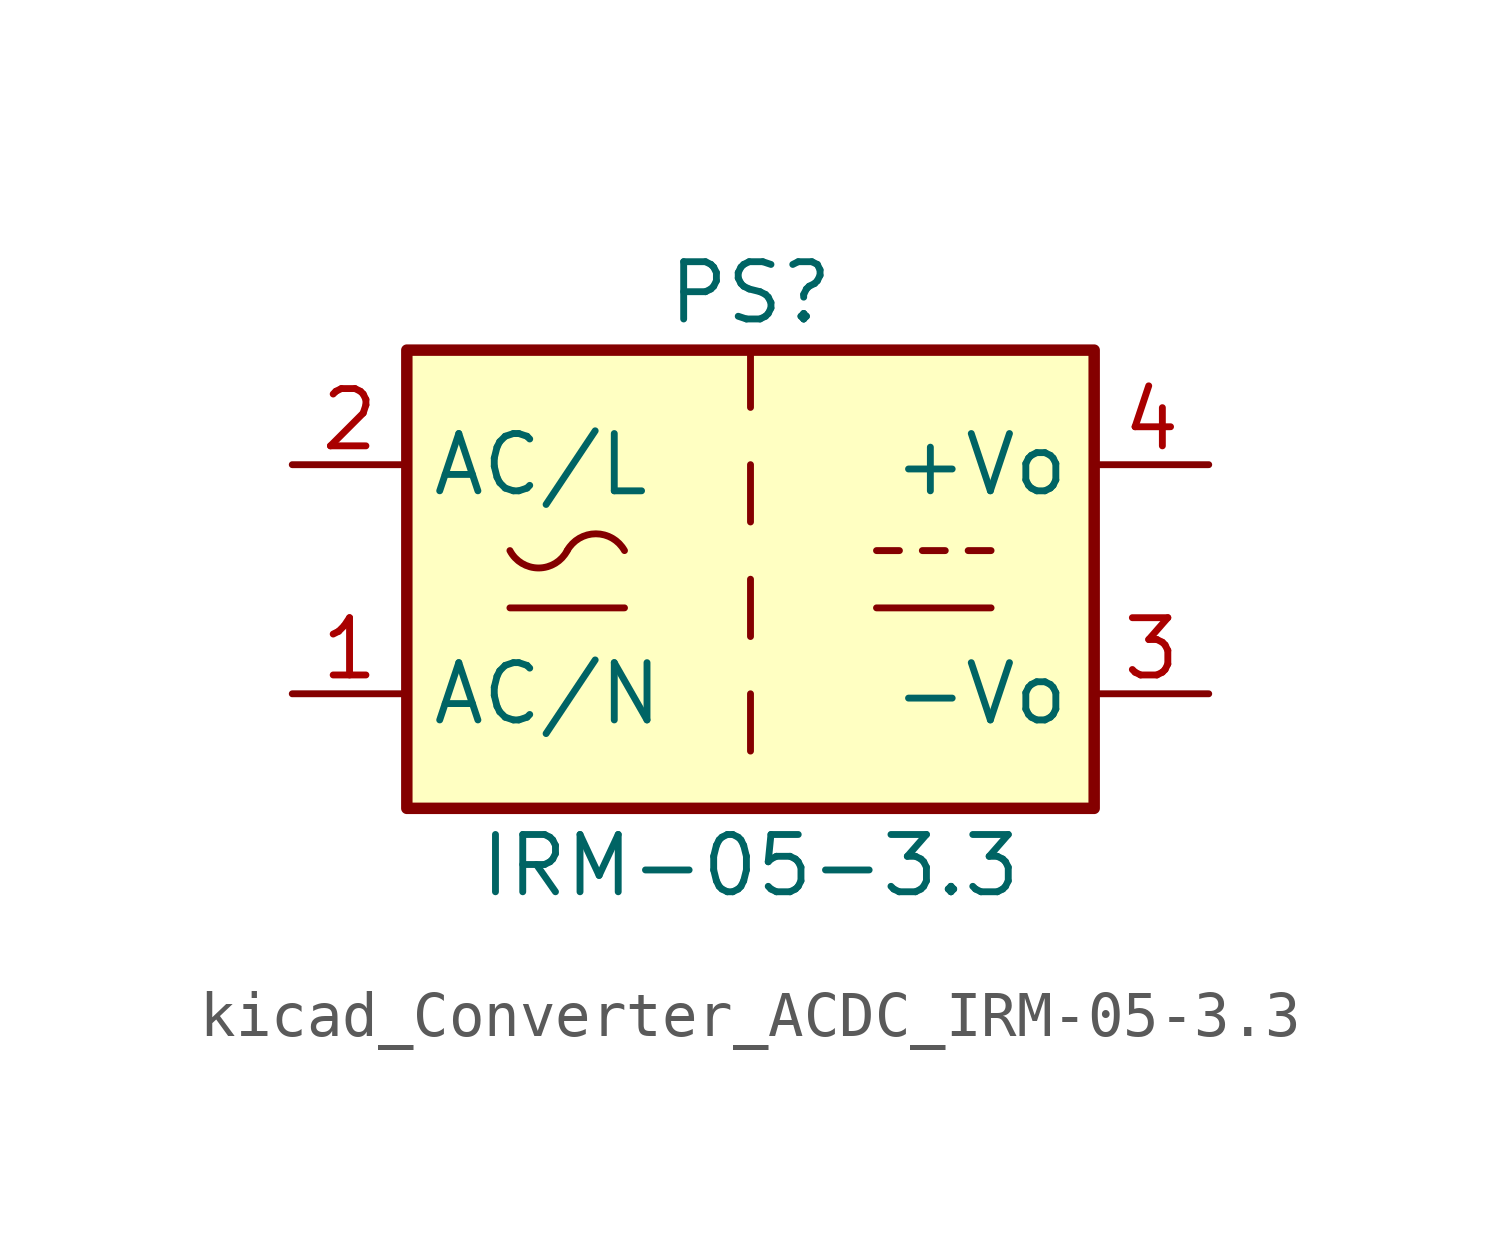
<source format=kicad_sym>
(kicad_symbol_lib
  (version 20220914)
  (generator kicad_symbol_editor)
  (symbol "kicad_Converter_ACDC_IRM-05-3.3"
    (property "Reference" "PS"
      (at 0 6.35 0)
      (effects (font (size 1.27 1.27))))
    (property "Value" "IRM-05-3.3"
      (at 0 -6.35 0)
      (effects (font (size 1.27 1.27))))
    (symbol "kicad_Converter_ACDC_IRM-05-3.3_0_1"
      (rectangle (start -7.62 5.08) (end 7.62 -5.08) (stroke (width 0.254) (type default)) (fill (type background)))
      (arc (start -5.334 0.635) (mid -4.699 0.2495) (end -4.064 0.635) (stroke (width 0) (type default)) (fill (type none)))
      (arc (start -2.794 0.635) (mid -3.429 1.0072) (end -4.064 0.635) (stroke (width 0) (type default)) (fill (type none)))
      (polyline (pts (xy -5.334 -0.635) (xy -2.794 -0.635)) (stroke (width 0) (type default)) (fill (type none)))
      (polyline (pts (xy 0 -2.54) (xy 0 -3.81)) (stroke (width 0) (type default)) (fill (type none)))
      (polyline (pts (xy 0 0) (xy 0 -1.27)) (stroke (width 0) (type default)) (fill (type none)))
      (polyline (pts (xy 0 2.54) (xy 0 1.27)) (stroke (width 0) (type default)) (fill (type none)))
      (polyline (pts (xy 0 5.08) (xy 0 3.81)) (stroke (width 0) (type default)) (fill (type none)))
      (polyline (pts (xy 2.794 -0.635) (xy 5.334 -0.635)) (stroke (width 0) (type default)) (fill (type none)))
      (polyline (pts (xy 2.794 0.635) (xy 3.302 0.635)) (stroke (width 0) (type default)) (fill (type none)))
      (polyline (pts (xy 3.81 0.635) (xy 4.318 0.635)) (stroke (width 0) (type default)) (fill (type none)))
      (polyline (pts (xy 4.826 0.635) (xy 5.334 0.635)) (stroke (width 0) (type default)) (fill (type none))))
    (symbol "kicad_Converter_ACDC_IRM-05-3.3_1_1"
      (pin power_in line (at -10.16 -2.54 0) (length 2.54) (name "AC/N" (effects (font (size 1.27 1.27)))) (number "1" (effects (font (size 1.27 1.27)))))
      (pin power_in line (at -10.16 2.54 0) (length 2.54) (name "AC/L" (effects (font (size 1.27 1.27)))) (number "2" (effects (font (size 1.27 1.27)))))
      (pin power_out line (at 10.16 -2.54 180) (length 2.54) (name "-Vo" (effects (font (size 1.27 1.27)))) (number "3" (effects (font (size 1.27 1.27)))))
      (pin power_out line (at 10.16 2.54 180) (length 2.54) (name "+Vo" (effects (font (size 1.27 1.27)))) (number "4" (effects (font (size 1.27 1.27))))))))
</source>
